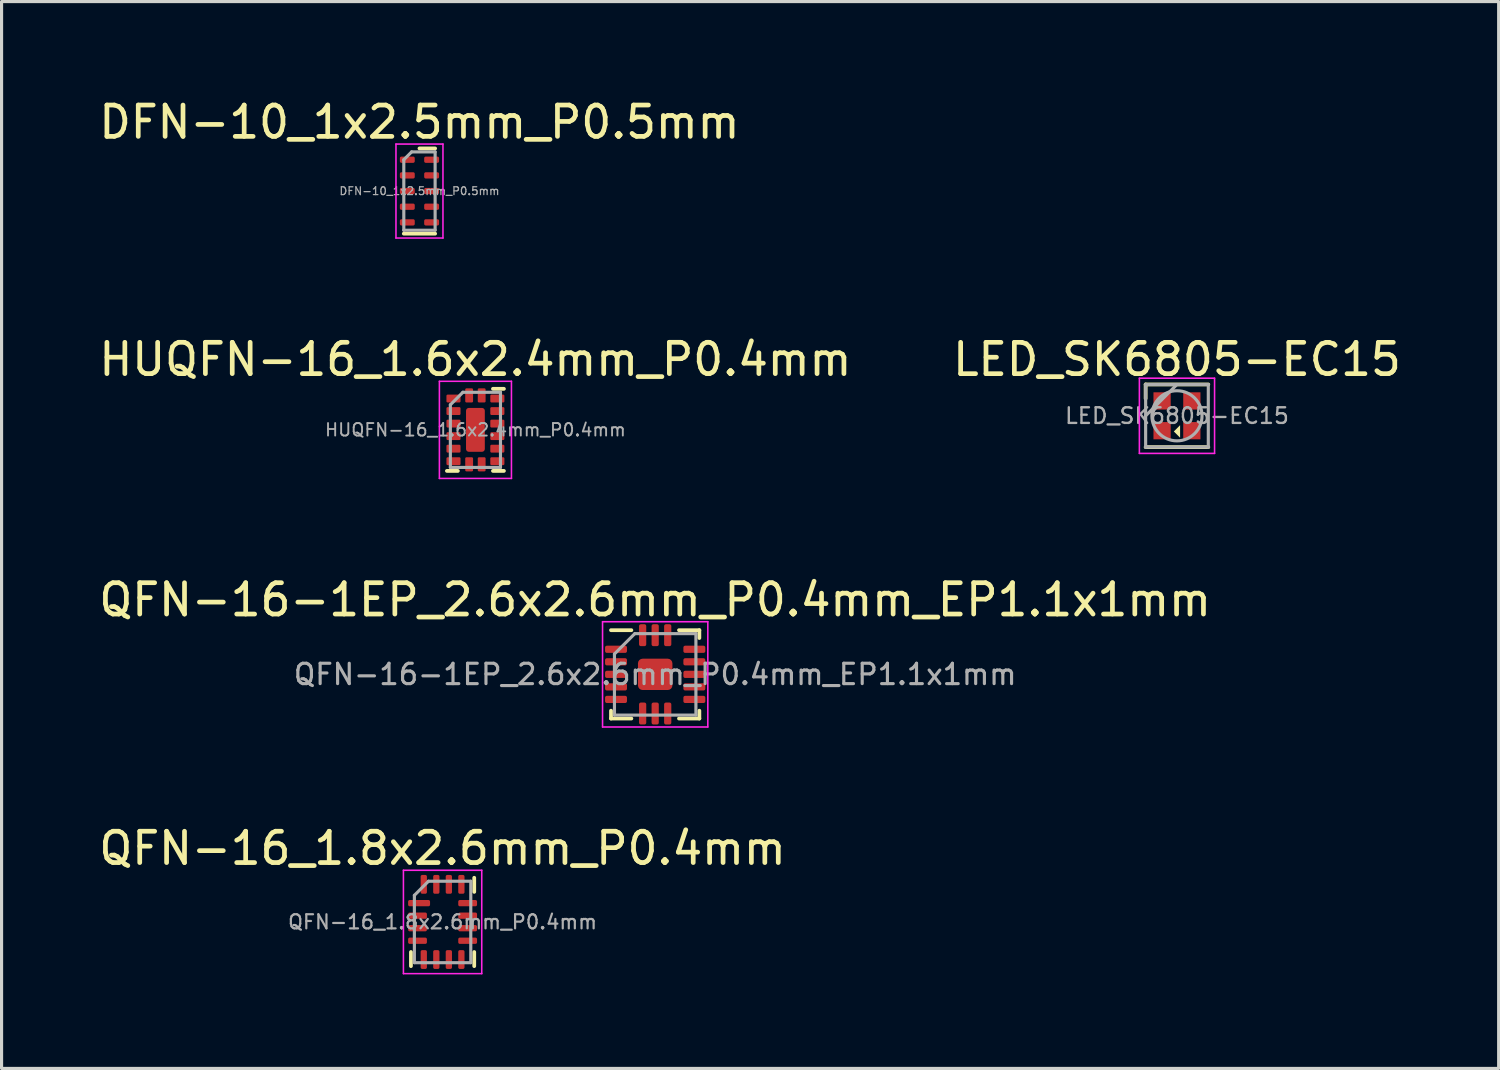
<source format=kicad_pcb>
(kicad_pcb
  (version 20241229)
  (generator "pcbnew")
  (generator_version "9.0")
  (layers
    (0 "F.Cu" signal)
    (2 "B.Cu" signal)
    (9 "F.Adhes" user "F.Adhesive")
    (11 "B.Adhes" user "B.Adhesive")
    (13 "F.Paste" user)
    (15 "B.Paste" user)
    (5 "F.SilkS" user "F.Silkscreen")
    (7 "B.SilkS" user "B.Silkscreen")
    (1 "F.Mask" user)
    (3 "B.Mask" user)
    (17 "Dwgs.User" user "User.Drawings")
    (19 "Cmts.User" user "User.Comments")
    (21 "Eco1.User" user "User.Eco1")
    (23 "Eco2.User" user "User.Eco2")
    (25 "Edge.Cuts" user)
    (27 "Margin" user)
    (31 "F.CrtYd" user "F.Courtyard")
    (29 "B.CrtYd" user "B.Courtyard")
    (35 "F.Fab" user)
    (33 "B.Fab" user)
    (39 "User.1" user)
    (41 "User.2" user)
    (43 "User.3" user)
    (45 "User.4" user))
  (footprint "DFN-10_1x2.5mm_P0.5mm"
    (layer "F.Cu")
    (at 10.339 3.048)
    (property "Reference" "DFN-10_1x2.5mm_P0.5mm" (at 0 -2.2 0) (layer "F.SilkS") (effects (font (size 1 1) (thickness 0.15))))
    (attr smd)
    (fp_line (start -0.5 1.36) (end 0.5 1.36) (stroke (width 0.12) (type solid)) (layer "F.SilkS"))
    (fp_line (start 0 -1.36) (end 0.5 -1.36) (stroke (width 0.12) (type solid)) (layer "F.SilkS"))
    (fp_line (start -0.75 -1.5) (end -0.75 1.5) (stroke (width 0.05) (type solid)) (layer "F.CrtYd"))
    (fp_line (start -0.75 1.5) (end 0.75 1.5) (stroke (width 0.05) (type solid)) (layer "F.CrtYd"))
    (fp_line (start 0.75 -1.5) (end -0.75 -1.5) (stroke (width 0.05) (type solid)) (layer "F.CrtYd"))
    (fp_line (start 0.75 1.5) (end 0.75 -1.5) (stroke (width 0.05) (type solid)) (layer "F.CrtYd"))
    (fp_line (start -0.5 -1) (end -0.25 -1.25) (stroke (width 0.1) (type solid)) (layer "F.Fab"))
    (fp_line (start -0.5 1.25) (end -0.5 -1) (stroke (width 0.1) (type solid)) (layer "F.Fab"))
    (fp_line (start -0.25 -1.25) (end 0.5 -1.25) (stroke (width 0.1) (type solid)) (layer "F.Fab"))
    (fp_line (start 0.5 -1.25) (end 0.5 1.25) (stroke (width 0.1) (type solid)) (layer "F.Fab"))
    (fp_line (start 0.5 1.25) (end -0.5 1.25) (stroke (width 0.1) (type solid)) (layer "F.Fab"))
    (fp_text user "${REFERENCE}" (at 0 0 0) (layer "F.Fab") (effects (font (size 0.25 0.25) (thickness 0.04))))
    (pad "1" smd roundrect (at -0.388 -1) (size 0.475 0.2) (layers "F.Cu" "F.Mask" "F.Paste") (roundrect_rratio 0.25))
    (pad "2" smd roundrect (at -0.388 -0.5) (size 0.475 0.2) (layers "F.Cu" "F.Mask" "F.Paste") (roundrect_rratio 0.25))
    (pad "3" smd roundrect (at -0.388 0) (size 0.475 0.2) (layers "F.Cu" "F.Mask" "F.Paste") (roundrect_rratio 0.25))
    (pad "4" smd roundrect (at -0.388 0.5) (size 0.475 0.2) (layers "F.Cu" "F.Mask" "F.Paste") (roundrect_rratio 0.25))
    (pad "5" smd roundrect (at -0.388 1) (size 0.475 0.2) (layers "F.Cu" "F.Mask" "F.Paste") (roundrect_rratio 0.25))
    (pad "6" smd roundrect (at 0.388 1) (size 0.475 0.2) (layers "F.Cu" "F.Mask" "F.Paste") (roundrect_rratio 0.25))
    (pad "7" smd roundrect (at 0.388 0.5) (size 0.475 0.2) (layers "F.Cu" "F.Mask" "F.Paste") (roundrect_rratio 0.25))
    (pad "8" smd roundrect (at 0.388 0) (size 0.475 0.2) (layers "F.Cu" "F.Mask" "F.Paste") (roundrect_rratio 0.25))
    (pad "9" smd roundrect (at 0.388 -0.5) (size 0.475 0.2) (layers "F.Cu" "F.Mask" "F.Paste") (roundrect_rratio 0.25))
    (pad "10" smd roundrect (at 0.388 -1) (size 0.475 0.2) (layers "F.Cu" "F.Mask" "F.Paste") (roundrect_rratio 0.25)))
  (footprint "HUQFN-16_1.6x2.4mm_P0.4mm"
    (layer "F.Cu")
    (at 12.125 10.671)
    (property "Reference" "HUQFN-16_1.6x2.4mm_P0.4mm" (at 0 -2.25 0) (layer "F.SilkS") (effects (font (size 1 1) (thickness 0.15))))
    (attr smd)
    (fp_line (start -0.56 1.31) (end -0.91 1.31) (stroke (width 0.12) (type solid)) (layer "F.SilkS"))
    (fp_line (start 0.56 -1.31) (end 0.91 -1.31) (stroke (width 0.12) (type solid)) (layer "F.SilkS"))
    (fp_line (start 0.56 1.31) (end 0.91 1.31) (stroke (width 0.12) (type solid)) (layer "F.SilkS"))
    (fp_poly (pts (xy 0.15 -0.15) (xy -0.15 -0.15) (xy -0.15 -0.55) (xy 0.15 -0.55)) (stroke (width 0.1) (type solid)) (fill yes) (layer "F.Paste"))
    (fp_poly (pts (xy 0.15 0.55) (xy -0.15 0.55) (xy -0.15 0.15) (xy 0.15 0.15)) (stroke (width 0.1) (type solid)) (fill yes) (layer "F.Paste"))
    (fp_line (start -1.15 -1.55) (end -1.15 1.55) (stroke (width 0.05) (type solid)) (layer "F.CrtYd"))
    (fp_line (start -1.15 1.55) (end 1.15 1.55) (stroke (width 0.05) (type solid)) (layer "F.CrtYd"))
    (fp_line (start 1.15 -1.55) (end -1.15 -1.55) (stroke (width 0.05) (type solid)) (layer "F.CrtYd"))
    (fp_line (start 1.15 1.55) (end 1.15 -1.55) (stroke (width 0.05) (type solid)) (layer "F.CrtYd"))
    (fp_line (start -0.8 -0.8) (end -0.4 -1.2) (stroke (width 0.1) (type solid)) (layer "F.Fab"))
    (fp_line (start -0.8 1.2) (end -0.8 -0.8) (stroke (width 0.1) (type solid)) (layer "F.Fab"))
    (fp_line (start -0.4 -1.2) (end 0.8 -1.2) (stroke (width 0.1) (type solid)) (layer "F.Fab"))
    (fp_line (start 0.8 -1.2) (end 0.8 1.2) (stroke (width 0.1) (type solid)) (layer "F.Fab"))
    (fp_line (start 0.8 1.2) (end -0.8 1.2) (stroke (width 0.1) (type solid)) (layer "F.Fab"))
    (fp_text user "${REFERENCE}" (at 0 0 0) (layer "F.Fab") (effects (font (size 0.4 0.4) (thickness 0.06))))
    (pad "1" smd roundrect (at -0.7 -1) (size 0.45 0.25) (layers "F.Cu" "F.Mask" "F.Paste") (roundrect_rratio 0.15))
    (pad "2" smd roundrect (at -0.7 -0.6) (size 0.45 0.25) (layers "F.Cu" "F.Mask" "F.Paste") (roundrect_rratio 0.15))
    (pad "3" smd roundrect (at -0.7 -0.2) (size 0.45 0.25) (layers "F.Cu" "F.Mask" "F.Paste") (roundrect_rratio 0.15))
    (pad "4" smd roundrect (at -0.7 0.2) (size 0.45 0.25) (layers "F.Cu" "F.Mask" "F.Paste") (roundrect_rratio 0.15))
    (pad "5" smd roundrect (at -0.7 0.6) (size 0.45 0.25) (layers "F.Cu" "F.Mask" "F.Paste") (roundrect_rratio 0.15))
    (pad "6" smd roundrect (at -0.7 1) (size 0.45 0.25) (layers "F.Cu" "F.Mask" "F.Paste") (roundrect_rratio 0.15))
    (pad "7" smd roundrect (at -0.2 1.1) (size 0.25 0.45) (layers "F.Cu" "F.Mask" "F.Paste") (roundrect_rratio 0.15))
    (pad "8" smd roundrect (at 0.2 1.1) (size 0.25 0.45) (layers "F.Cu" "F.Mask" "F.Paste") (roundrect_rratio 0.15))
    (pad "9" smd roundrect (at 0.7 1) (size 0.45 0.25) (layers "F.Cu" "F.Mask" "F.Paste") (roundrect_rratio 0.15))
    (pad "10" smd roundrect (at 0.7 0.6) (size 0.45 0.25) (layers "F.Cu" "F.Mask" "F.Paste") (roundrect_rratio 0.15))
    (pad "11" smd roundrect (at 0.7 0.2) (size 0.45 0.25) (layers "F.Cu" "F.Mask" "F.Paste") (roundrect_rratio 0.15))
    (pad "12" smd roundrect (at 0.7 -0.2) (size 0.45 0.25) (layers "F.Cu" "F.Mask" "F.Paste") (roundrect_rratio 0.15))
    (pad "13" smd roundrect (at 0.7 -0.6) (size 0.45 0.25) (layers "F.Cu" "F.Mask" "F.Paste") (roundrect_rratio 0.15))
    (pad "14" smd roundrect (at 0.7 -1) (size 0.45 0.25) (layers "F.Cu" "F.Mask" "F.Paste") (roundrect_rratio 0.15))
    (pad "15" smd roundrect (at 0.2 -1.1) (size 0.25 0.45) (layers "F.Cu" "F.Mask" "F.Paste") (roundrect_rratio 0.15))
    (pad "16" smd roundrect (at -0.2 -1.1) (size 0.25 0.45) (layers "F.Cu" "F.Mask" "F.Paste") (roundrect_rratio 0.15))
    (pad "17" smd roundrect (at 0 0) (size 0.6 1.4) (layers "F.Cu" "F.Mask") (roundrect_rratio 0.15)))
  (footprint "QFN-16-1EP_2.6x2.6mm_P0.4mm_EP1.1x1mm"
    (layer "F.Cu")
    (at 17.863 18.475)
    (property "Reference" "QFN-16-1EP_2.6x2.6mm_P0.4mm_EP1.1x1mm" (at 0 -2.38 0) (layer "F.SilkS") (effects (font (size 1 1) (thickness 0.15))))
    (attr smd)
    (fp_line (start -1.41 1.41) (end -1.41 1.16) (stroke (width 0.12) (type solid)) (layer "F.SilkS"))
    (fp_line (start -0.76 -1.41) (end -1.41 -1.41) (stroke (width 0.12) (type solid)) (layer "F.SilkS"))
    (fp_line (start -0.76 1.41) (end -1.41 1.41) (stroke (width 0.12) (type solid)) (layer "F.SilkS"))
    (fp_line (start 0.76 -1.41) (end 1.41 -1.41) (stroke (width 0.12) (type solid)) (layer "F.SilkS"))
    (fp_line (start 0.76 1.41) (end 1.41 1.41) (stroke (width 0.12) (type solid)) (layer "F.SilkS"))
    (fp_line (start 1.41 -1.41) (end 1.41 -1.16) (stroke (width 0.12) (type solid)) (layer "F.SilkS"))
    (fp_line (start 1.41 1.41) (end 1.41 1.16) (stroke (width 0.12) (type solid)) (layer "F.SilkS"))
    (fp_line (start -1.68 -1.68) (end -1.68 1.68) (stroke (width 0.05) (type solid)) (layer "F.CrtYd"))
    (fp_line (start -1.68 1.68) (end 1.68 1.68) (stroke (width 0.05) (type solid)) (layer "F.CrtYd"))
    (fp_line (start 1.68 -1.68) (end -1.68 -1.68) (stroke (width 0.05) (type solid)) (layer "F.CrtYd"))
    (fp_line (start 1.68 1.68) (end 1.68 -1.68) (stroke (width 0.05) (type solid)) (layer "F.CrtYd"))
    (fp_line (start -1.3 -0.65) (end -0.65 -1.3) (stroke (width 0.1) (type solid)) (layer "F.Fab"))
    (fp_line (start -1.3 1.3) (end -1.3 -0.65) (stroke (width 0.1) (type solid)) (layer "F.Fab"))
    (fp_line (start -0.65 -1.3) (end 1.3 -1.3) (stroke (width 0.1) (type solid)) (layer "F.Fab"))
    (fp_line (start 1.3 -1.3) (end 1.3 1.3) (stroke (width 0.1) (type solid)) (layer "F.Fab"))
    (fp_line (start 1.3 1.3) (end -1.3 1.3) (stroke (width 0.1) (type solid)) (layer "F.Fab"))
    (fp_text user "${REFERENCE}" (at 0 0 0) (layer "F.Fab") (effects (font (size 0.65 0.65) (thickness 0.1))))
    (pad "1" smd roundrect (at -1.25 -0.8) (size 0.7 0.23) (layers "F.Cu" "F.Mask" "F.Paste") (roundrect_rratio 0.25))
    (pad "2" smd roundrect (at -1.25 -0.4) (size 0.7 0.23) (layers "F.Cu" "F.Mask" "F.Paste") (roundrect_rratio 0.25))
    (pad "3" smd roundrect (at -1.25 0) (size 0.7 0.23) (layers "F.Cu" "F.Mask" "F.Paste") (roundrect_rratio 0.25))
    (pad "4" smd roundrect (at -1.25 0.4) (size 0.7 0.23) (layers "F.Cu" "F.Mask" "F.Paste") (roundrect_rratio 0.25))
    (pad "5" smd roundrect (at -1.25 0.8) (size 0.7 0.23) (layers "F.Cu" "F.Mask" "F.Paste") (roundrect_rratio 0.25))
    (pad "6" smd roundrect (at -0.4 1.25) (size 0.23 0.7) (layers "F.Cu" "F.Mask" "F.Paste") (roundrect_rratio 0.25))
    (pad "7" smd roundrect (at 0 1.25) (size 0.23 0.7) (layers "F.Cu" "F.Mask" "F.Paste") (roundrect_rratio 0.25))
    (pad "8" smd roundrect (at 0.4 1.25) (size 0.23 0.7) (layers "F.Cu" "F.Mask" "F.Paste") (roundrect_rratio 0.25))
    (pad "9" smd roundrect (at 1.25 0.8) (size 0.7 0.23) (layers "F.Cu" "F.Mask" "F.Paste") (roundrect_rratio 0.25))
    (pad "10" smd roundrect (at 1.25 0.4) (size 0.7 0.23) (layers "F.Cu" "F.Mask" "F.Paste") (roundrect_rratio 0.25))
    (pad "11" smd roundrect (at 1.25 0) (size 0.7 0.23) (layers "F.Cu" "F.Mask" "F.Paste") (roundrect_rratio 0.25))
    (pad "12" smd roundrect (at 1.25 -0.4) (size 0.7 0.23) (layers "F.Cu" "F.Mask" "F.Paste") (roundrect_rratio 0.25))
    (pad "13" smd roundrect (at 1.25 -0.8) (size 0.7 0.23) (layers "F.Cu" "F.Mask" "F.Paste") (roundrect_rratio 0.25))
    (pad "14" smd roundrect (at 0.4 -1.25) (size 0.23 0.7) (layers "F.Cu" "F.Mask" "F.Paste") (roundrect_rratio 0.25))
    (pad "15" smd roundrect (at 0 -1.25) (size 0.23 0.7) (layers "F.Cu" "F.Mask" "F.Paste") (roundrect_rratio 0.25))
    (pad "16" smd roundrect (at -0.4 -1.25) (size 0.23 0.7) (layers "F.Cu" "F.Mask" "F.Paste") (roundrect_rratio 0.25))
    (pad "17" smd roundrect (at 0 0) (size 1.1 1) (layers "F.Cu" "F.Mask" "F.Paste") (roundrect_rratio 0.15)))
  (footprint "QFN-16_1.8x2.6mm_P0.4mm"
    (layer "F.Cu")
    (at 11.077 26.378)
    (property "Reference" "QFN-16_1.8x2.6mm_P0.4mm" (at 0 -2.35 0) (layer "F.SilkS") (effects (font (size 1 1) (thickness 0.15))))
    (attr smd)
    (fp_line (start -1.01 1.41) (end -1.01 0.96) (stroke (width 0.12) (type solid)) (layer "F.SilkS"))
    (fp_line (start 1.01 -1.41) (end 1.01 -0.96) (stroke (width 0.12) (type solid)) (layer "F.SilkS"))
    (fp_line (start 1.01 1.41) (end 1.01 0.96) (stroke (width 0.12) (type solid)) (layer "F.SilkS"))
    (fp_line (start -1.25 -1.65) (end -1.25 1.65) (stroke (width 0.05) (type solid)) (layer "F.CrtYd"))
    (fp_line (start -1.25 1.65) (end 1.25 1.65) (stroke (width 0.05) (type solid)) (layer "F.CrtYd"))
    (fp_line (start 1.25 -1.65) (end -1.25 -1.65) (stroke (width 0.05) (type solid)) (layer "F.CrtYd"))
    (fp_line (start 1.25 1.65) (end 1.25 -1.65) (stroke (width 0.05) (type solid)) (layer "F.CrtYd"))
    (fp_line (start -0.9 -0.85) (end -0.45 -1.3) (stroke (width 0.1) (type solid)) (layer "F.Fab"))
    (fp_line (start -0.9 1.3) (end -0.9 -0.85) (stroke (width 0.1) (type solid)) (layer "F.Fab"))
    (fp_line (start -0.45 -1.3) (end 0.9 -1.3) (stroke (width 0.1) (type solid)) (layer "F.Fab"))
    (fp_line (start 0.9 -1.3) (end 0.9 1.3) (stroke (width 0.1) (type solid)) (layer "F.Fab"))
    (fp_line (start 0.9 1.3) (end -0.9 1.3) (stroke (width 0.1) (type solid)) (layer "F.Fab"))
    (fp_text user "${REFERENCE}" (at 0 0 0) (layer "F.Fab") (effects (font (size 0.45 0.45) (thickness 0.07))))
    (pad "1" smd roundrect (at -0.75 -0.6) (size 0.7 0.2) (layers "F.Cu" "F.Mask" "F.Paste") (roundrect_rratio 0.25))
    (pad "2" smd roundrect (at -0.8 -0.2) (size 0.6 0.2) (layers "F.Cu" "F.Mask" "F.Paste") (roundrect_rratio 0.25))
    (pad "3" smd roundrect (at -0.8 0.2) (size 0.6 0.2) (layers "F.Cu" "F.Mask" "F.Paste") (roundrect_rratio 0.25))
    (pad "4" smd roundrect (at -0.8 0.6) (size 0.6 0.2) (layers "F.Cu" "F.Mask" "F.Paste") (roundrect_rratio 0.25))
    (pad "5" smd roundrect (at -0.6 1.2) (size 0.2 0.6) (layers "F.Cu" "F.Mask" "F.Paste") (roundrect_rratio 0.25))
    (pad "6" smd roundrect (at -0.2 1.2) (size 0.2 0.6) (layers "F.Cu" "F.Mask" "F.Paste") (roundrect_rratio 0.25))
    (pad "7" smd roundrect (at 0.2 1.2) (size 0.2 0.6) (layers "F.Cu" "F.Mask" "F.Paste") (roundrect_rratio 0.25))
    (pad "8" smd roundrect (at 0.6 1.2) (size 0.2 0.6) (layers "F.Cu" "F.Mask" "F.Paste") (roundrect_rratio 0.25))
    (pad "9" smd roundrect (at 0.8 0.6) (size 0.6 0.2) (layers "F.Cu" "F.Mask" "F.Paste") (roundrect_rratio 0.25))
    (pad "10" smd roundrect (at 0.8 0.2) (size 0.6 0.2) (layers "F.Cu" "F.Mask" "F.Paste") (roundrect_rratio 0.25))
    (pad "11" smd roundrect (at 0.8 -0.2) (size 0.6 0.2) (layers "F.Cu" "F.Mask" "F.Paste") (roundrect_rratio 0.25))
    (pad "12" smd roundrect (at 0.8 -0.6) (size 0.6 0.2) (layers "F.Cu" "F.Mask" "F.Paste") (roundrect_rratio 0.25))
    (pad "13" smd roundrect (at 0.6 -1.2) (size 0.2 0.6) (layers "F.Cu" "F.Mask" "F.Paste") (roundrect_rratio 0.25))
    (pad "14" smd roundrect (at 0.2 -1.2) (size 0.2 0.6) (layers "F.Cu" "F.Mask" "F.Paste") (roundrect_rratio 0.25))
    (pad "15" smd roundrect (at -0.2 -1.2) (size 0.2 0.6) (layers "F.Cu" "F.Mask" "F.Paste") (roundrect_rratio 0.25))
    (pad "16" smd roundrect (at -0.6 -1.2) (size 0.2 0.6) (layers "F.Cu" "F.Mask" "F.Paste") (roundrect_rratio 0.25)))
  (footprint "LED_SK6805-EC15"
    (layer "F.Cu")
    (at 34.518 10.222)
    (property "Reference" "LED_SK6805-EC15" (at 0 -1.8 0) (layer "F.SilkS") (effects (font (size 1 1) (thickness 0.15))))
    (attr smd)
    (fp_line (start -1 -1) (end 1 -1) (stroke (width 0.12) (type solid)) (layer "F.SilkS"))
    (fp_line (start -1 -0.55) (end -1 -1) (stroke (width 0.12) (type solid)) (layer "F.SilkS"))
    (fp_line (start -1 1) (end 1 1) (stroke (width 0.12) (type solid)) (layer "F.SilkS"))
    (fp_poly (pts (xy 0.1 0.7) (xy -0.1 0.5) (xy 0.1 0.3)) (stroke (width 0) (type solid)) (fill yes) (layer "F.SilkS"))
    (fp_line (start -1.2 -1.2) (end -1.2 1.2) (stroke (width 0.05) (type solid)) (layer "F.CrtYd"))
    (fp_line (start -1.2 1.2) (end 1.2 1.2) (stroke (width 0.05) (type solid)) (layer "F.CrtYd"))
    (fp_line (start 1.2 -1.2) (end -1.2 -1.2) (stroke (width 0.05) (type solid)) (layer "F.CrtYd"))
    (fp_line (start 1.2 1.2) (end 1.2 -1.2) (stroke (width 0.05) (type solid)) (layer "F.CrtYd"))
    (fp_line (start -1 -1) (end -1 1) (stroke (width 0.1) (type solid)) (layer "F.Fab"))
    (fp_line (start -1 1) (end 1 1) (stroke (width 0.1) (type solid)) (layer "F.Fab"))
    (fp_line (start 0 -1) (end -1 0) (stroke (width 0.1) (type solid)) (layer "F.Fab"))
    (fp_line (start 1 -1) (end -1 -1) (stroke (width 0.1) (type solid)) (layer "F.Fab"))
    (fp_line (start 1 1) (end 1 -1) (stroke (width 0.1) (type solid)) (layer "F.Fab"))
    (fp_circle (center 0 0) (end 0.8 0) (stroke (width 0.1) (type solid)) (fill no) (layer "F.Fab"))
    (fp_text user "${REFERENCE}" (at 0 0 0) (layer "F.Fab") (effects (font (size 0.5 0.5) (thickness 0.075))))
    (pad "1" smd rect (at -0.475 -0.475) (size 0.55 0.55) (layers "F.Cu" "F.Mask" "F.Paste"))
    (pad "2" smd rect (at -0.475 0.475) (size 0.55 0.55) (layers "F.Cu" "F.Mask" "F.Paste"))
    (pad "3" smd rect (at 0.475 0.475) (size 0.55 0.55) (layers "F.Cu" "F.Mask" "F.Paste"))
    (pad "4" smd rect (at 0.475 -0.475) (size 0.55 0.55) (layers "F.Cu" "F.Mask" "F.Paste")))
  (gr_rect
    (start -3 -3)
    (end 44.786 31.053)
    (stroke (width 0.1) (type default))
    (fill no)
    (layer "Edge.Cuts")))
</source>
